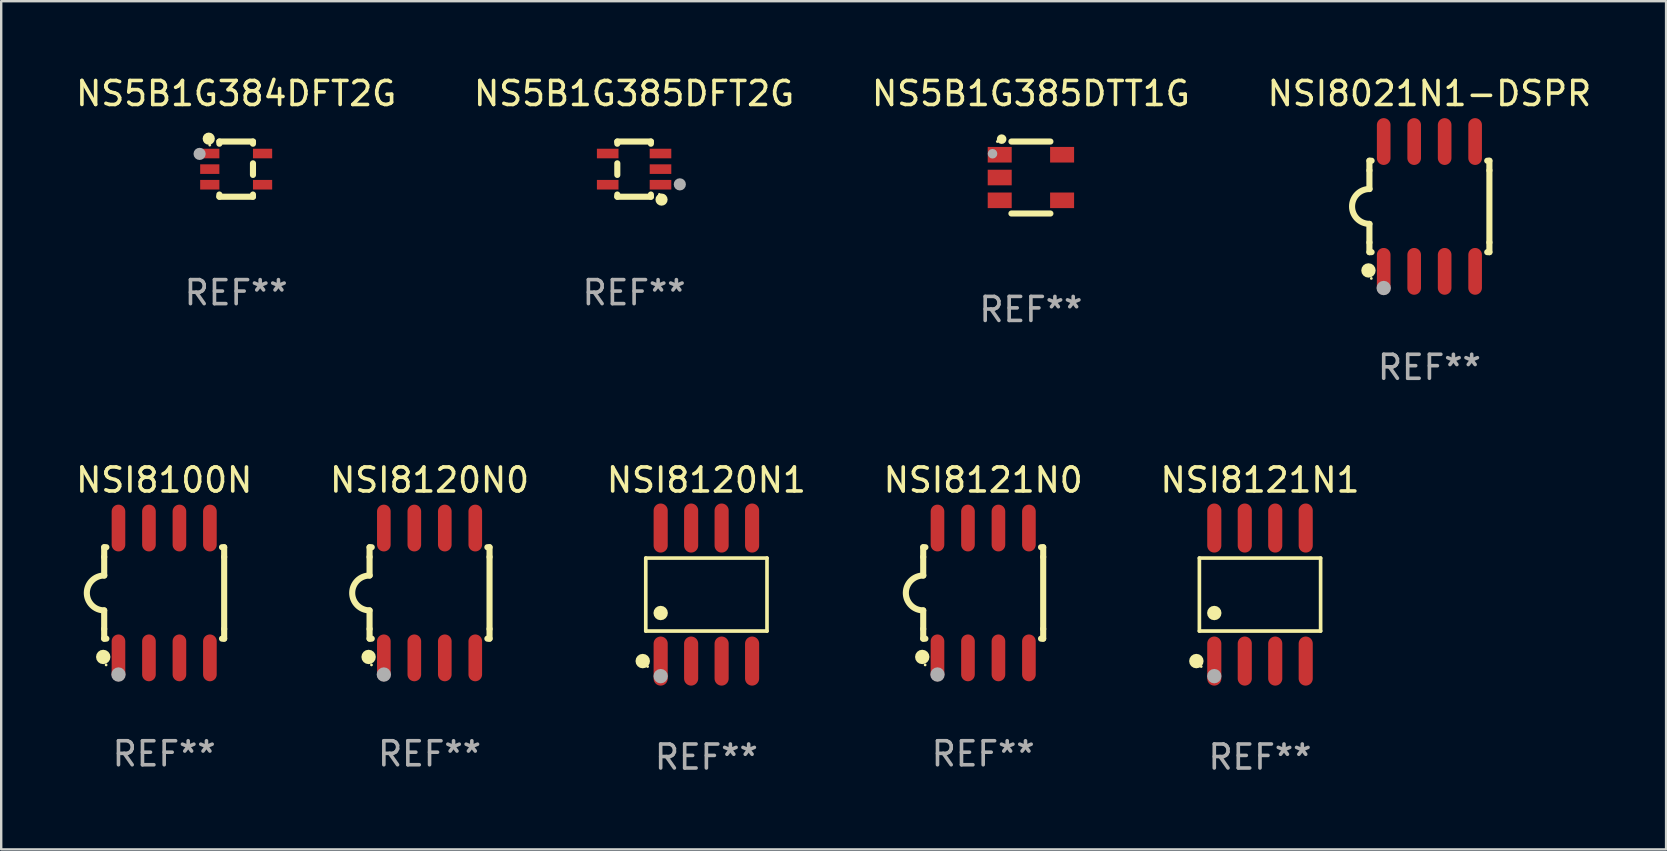
<source format=kicad_pcb>
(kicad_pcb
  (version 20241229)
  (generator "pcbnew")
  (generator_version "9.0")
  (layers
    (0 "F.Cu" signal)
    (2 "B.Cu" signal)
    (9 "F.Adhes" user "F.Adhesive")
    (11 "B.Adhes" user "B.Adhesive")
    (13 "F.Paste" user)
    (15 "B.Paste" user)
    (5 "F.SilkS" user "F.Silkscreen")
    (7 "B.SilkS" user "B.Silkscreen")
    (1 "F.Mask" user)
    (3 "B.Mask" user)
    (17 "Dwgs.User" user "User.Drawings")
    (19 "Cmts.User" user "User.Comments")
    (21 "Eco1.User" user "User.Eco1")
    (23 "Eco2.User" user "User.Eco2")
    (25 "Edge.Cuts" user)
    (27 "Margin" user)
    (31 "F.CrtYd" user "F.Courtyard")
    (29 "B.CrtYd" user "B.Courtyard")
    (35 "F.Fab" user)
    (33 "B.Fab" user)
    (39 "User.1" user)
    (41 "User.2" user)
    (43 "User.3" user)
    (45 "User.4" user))
  (footprint "NS5B1G385DFT2G"
    (layer "F.Cu")
    (at 23.375 3.998)
    (property "Reference" "NS5B1G385DFT2G" (at 0 -3.15 0) (layer "F.SilkS") (effects (font (size 1 1) (thickness 0.15))))
    (attr through_hole)
    (fp_line (start -0.7 -1.15) (end 0.7 -1.15) (stroke (width 0.254) (type solid)) (layer "F.SilkS"))
    (fp_line (start -0.7 -1.058) (end -0.7 -1.15) (stroke (width 0.254) (type solid)) (layer "F.SilkS"))
    (fp_line (start -0.7 0.242) (end -0.7 -0.242) (stroke (width 0.254) (type solid)) (layer "F.SilkS"))
    (fp_line (start -0.7 1.15) (end -0.7 1.058) (stroke (width 0.254) (type solid)) (layer "F.SilkS"))
    (fp_line (start -0.7 1.15) (end 0.7 1.15) (stroke (width 0.254) (type solid)) (layer "F.SilkS"))
    (fp_line (start 0.7 -1.058) (end 0.7 -1.15) (stroke (width 0.254) (type solid)) (layer "F.SilkS"))
    (fp_line (start 0.7 1.15) (end 0.7 1.058) (stroke (width 0.254) (type solid)) (layer "F.SilkS"))
    (fp_circle (center 1.053 1.052) (end 1.083 1.052) (stroke (width 0.06) (type solid)) (fill no) (layer "F.SilkS"))
    (fp_circle (center 1.143 1.27) (end 1.27 1.27) (stroke (width 0.254) (type solid)) (fill no) (layer "F.SilkS"))
    (fp_circle (center 1.905 0.635) (end 2.032 0.635) (stroke (width 0.254) (type solid)) (fill no) (layer "F.Fab"))
    (fp_text user "REF**" (at 0 5.15 0) (layer "F.Fab") (effects (font (size 1 1) (thickness 0.15))))
    (pad "1" smd rect (at 1.1 0.65 90) (size 0.4 0.9) (layers "F.Cu" "F.Mask" "F.Paste"))
    (pad "2" smd rect (at 1.1 0.000025 90) (size 0.4 0.9) (layers "F.Cu" "F.Mask" "F.Paste"))
    (pad "3" smd rect (at 1.1 -0.65 90) (size 0.4 0.9) (layers "F.Cu" "F.Mask" "F.Paste"))
    (pad "4" smd rect (at -1.1 -0.65 90) (size 0.4 0.9) (layers "F.Cu" "F.Mask" "F.Paste"))
    (pad "5" smd rect (at -1.1 0.65 90) (size 0.4 0.9) (layers "F.Cu" "F.Mask" "F.Paste")))
  (footprint "NSI8120N0"
    (layer "F.Cu")
    (at 14.851 21.66)
    (property "Reference" "NSI8120N0" (at 0 -4.705 0) (layer "F.SilkS") (effects (font (size 1 1) (thickness 0.15))))
    (attr through_hole)
    (fp_line (start -2.5 -1.905) (end -2.409 -1.905) (stroke (width 0.254) (type solid)) (layer "F.SilkS"))
    (fp_line (start -2.5 -1.5) (end -2.5 -1.905) (stroke (width 0.254) (type solid)) (layer "F.SilkS"))
    (fp_line (start -2.5 -1.5) (end -2.5 -0.726) (stroke (width 0.254) (type solid)) (layer "F.SilkS"))
    (fp_line (start -2.5 1.5) (end -2.5 0.727) (stroke (width 0.254) (type solid)) (layer "F.SilkS"))
    (fp_line (start -2.5 1.5) (end -2.5 1.905) (stroke (width 0.254) (type solid)) (layer "F.SilkS"))
    (fp_line (start -2.5 1.905) (end -2.409 1.905) (stroke (width 0.254) (type solid)) (layer "F.SilkS"))
    (fp_line (start 2.5 -1.905) (end 2.409 -1.905) (stroke (width 0.254) (type solid)) (layer "F.SilkS"))
    (fp_line (start 2.5 -1.5) (end 2.5 -1.905) (stroke (width 0.254) (type solid)) (layer "F.SilkS"))
    (fp_line (start 2.5 -1.5) (end 2.5 1.5) (stroke (width 0.254) (type solid)) (layer "F.SilkS"))
    (fp_line (start 2.5 1.5) (end 2.5 1.905) (stroke (width 0.254) (type solid)) (layer "F.SilkS"))
    (fp_line (start 2.5 1.905) (end 2.409 1.905) (stroke (width 0.254) (type solid)) (layer "F.SilkS"))
    (fp_arc (start -2.5 0.726568) (mid -3.220316 -0.0023) (end -2.495097 -0.726289) (stroke (width 0.254001) (type solid)) (layer "F.SilkS"))
    (fp_circle (center -2.54 2.667) (end -2.39 2.667) (stroke (width 0.3) (type solid)) (fill no) (layer "F.SilkS"))
    (fp_circle (center -2.42 3) (end -2.39 3) (stroke (width 0.06) (type solid)) (fill no) (layer "F.SilkS"))
    (fp_circle (center -1.905 3.4) (end -1.755 3.4) (stroke (width 0.3) (type solid)) (fill no) (layer "F.Fab"))
    (fp_text user "REF**" (at 0 6.705 0) (layer "F.Fab") (effects (font (size 1 1) (thickness 0.15))))
    (pad "1" smd oval (at -1.905 2.705) (size 0.568 1.95) (layers "F.Cu" "F.Mask" "F.Paste"))
    (pad "2" smd oval (at -0.635 2.705) (size 0.568 1.95) (layers "F.Cu" "F.Mask" "F.Paste"))
    (pad "3" smd oval (at 0.635 2.705) (size 0.568 1.95) (layers "F.Cu" "F.Mask" "F.Paste"))
    (pad "4" smd oval (at 1.905 2.705) (size 0.568 1.95) (layers "F.Cu" "F.Mask" "F.Paste"))
    (pad "5" smd oval (at 1.905 -2.705) (size 0.568 1.95) (layers "F.Cu" "F.Mask" "F.Paste"))
    (pad "6" smd oval (at 0.635 -2.705) (size 0.568 1.95) (layers "F.Cu" "F.Mask" "F.Paste"))
    (pad "7" smd oval (at -0.635 -2.705) (size 0.568 1.95) (layers "F.Cu" "F.Mask" "F.Paste"))
    (pad "8" smd oval (at -1.905 -2.705) (size 0.568 1.95) (layers "F.Cu" "F.Mask" "F.Paste")))
  (footprint "NSI8120N1"
    (layer "F.Cu")
    (at 26.387 21.727)
    (property "Reference" "NSI8120N1" (at 0 -4.772 0) (layer "F.SilkS") (effects (font (size 1 1) (thickness 0.15))))
    (attr through_hole)
    (fp_line (start -2.526 -1.521) (end 2.526 -1.521) (stroke (width 0.152) (type solid)) (layer "F.SilkS"))
    (fp_line (start -2.526 1.521) (end -2.526 -1.521) (stroke (width 0.152) (type solid)) (layer "F.SilkS"))
    (fp_line (start 2.526 -1.521) (end 2.526 1.521) (stroke (width 0.152) (type solid)) (layer "F.SilkS"))
    (fp_line (start 2.526 1.521) (end -2.526 1.521) (stroke (width 0.152) (type solid)) (layer "F.SilkS"))
    (fp_circle (center -2.652 2.772) (end -2.501 2.772) (stroke (width 0.3) (type solid)) (fill no) (layer "F.SilkS"))
    (fp_circle (center -2.45 3) (end -2.42 3) (stroke (width 0.06) (type solid)) (fill no) (layer "F.SilkS"))
    (fp_circle (center -1.905 0.769) (end -1.755 0.769) (stroke (width 0.3) (type solid)) (fill no) (layer "F.SilkS"))
    (fp_circle (center -1.905 3.4) (end -1.755 3.4) (stroke (width 0.3) (type solid)) (fill no) (layer "F.Fab"))
    (fp_text user "REF**" (at 0 6.772 0) (layer "F.Fab") (effects (font (size 1 1) (thickness 0.15))))
    (pad "1" smd oval (at -1.905 2.772) (size 0.588 2.045) (layers "F.Cu" "F.Mask" "F.Paste"))
    (pad "2" smd oval (at -0.635 2.772) (size 0.588 2.045) (layers "F.Cu" "F.Mask" "F.Paste"))
    (pad "3" smd oval (at 0.635 2.772) (size 0.588 2.045) (layers "F.Cu" "F.Mask" "F.Paste"))
    (pad "4" smd oval (at 1.905 2.772) (size 0.588 2.045) (layers "F.Cu" "F.Mask" "F.Paste"))
    (pad "5" smd oval (at 1.905 -2.772) (size 0.588 2.045) (layers "F.Cu" "F.Mask" "F.Paste"))
    (pad "6" smd oval (at 0.635 -2.772) (size 0.588 2.045) (layers "F.Cu" "F.Mask" "F.Paste"))
    (pad "7" smd oval (at -0.635 -2.772) (size 0.588 2.045) (layers "F.Cu" "F.Mask" "F.Paste"))
    (pad "8" smd oval (at -1.905 -2.772) (size 0.588 2.045) (layers "F.Cu" "F.Mask" "F.Paste")))
  (footprint "NSI8100N"
    (layer "F.Cu")
    (at 3.792 21.66)
    (property "Reference" "NSI8100N" (at 0 -4.705 0) (layer "F.SilkS") (effects (font (size 1 1) (thickness 0.15))))
    (attr through_hole)
    (fp_line (start -2.5 -1.905) (end -2.409 -1.905) (stroke (width 0.254) (type solid)) (layer "F.SilkS"))
    (fp_line (start -2.5 -1.5) (end -2.5 -1.905) (stroke (width 0.254) (type solid)) (layer "F.SilkS"))
    (fp_line (start -2.5 -1.5) (end -2.5 -0.726) (stroke (width 0.254) (type solid)) (layer "F.SilkS"))
    (fp_line (start -2.5 1.5) (end -2.5 0.727) (stroke (width 0.254) (type solid)) (layer "F.SilkS"))
    (fp_line (start -2.5 1.5) (end -2.5 1.905) (stroke (width 0.254) (type solid)) (layer "F.SilkS"))
    (fp_line (start -2.5 1.905) (end -2.409 1.905) (stroke (width 0.254) (type solid)) (layer "F.SilkS"))
    (fp_line (start 2.5 -1.905) (end 2.409 -1.905) (stroke (width 0.254) (type solid)) (layer "F.SilkS"))
    (fp_line (start 2.5 -1.5) (end 2.5 -1.905) (stroke (width 0.254) (type solid)) (layer "F.SilkS"))
    (fp_line (start 2.5 -1.5) (end 2.5 1.5) (stroke (width 0.254) (type solid)) (layer "F.SilkS"))
    (fp_line (start 2.5 1.5) (end 2.5 1.905) (stroke (width 0.254) (type solid)) (layer "F.SilkS"))
    (fp_line (start 2.5 1.905) (end 2.409 1.905) (stroke (width 0.254) (type solid)) (layer "F.SilkS"))
    (fp_arc (start -2.5 0.726568) (mid -3.220316 -0.0023) (end -2.495097 -0.726289) (stroke (width 0.254001) (type solid)) (layer "F.SilkS"))
    (fp_circle (center -2.54 2.667) (end -2.39 2.667) (stroke (width 0.3) (type solid)) (fill no) (layer "F.SilkS"))
    (fp_circle (center -2.42 3) (end -2.39 3) (stroke (width 0.06) (type solid)) (fill no) (layer "F.SilkS"))
    (fp_circle (center -1.905 3.4) (end -1.755 3.4) (stroke (width 0.3) (type solid)) (fill no) (layer "F.Fab"))
    (fp_text user "REF**" (at 0 6.705 0) (layer "F.Fab") (effects (font (size 1 1) (thickness 0.15))))
    (pad "1" smd oval (at -1.905 2.705) (size 0.568 1.95) (layers "F.Cu" "F.Mask" "F.Paste"))
    (pad "2" smd oval (at -0.635 2.705) (size 0.568 1.95) (layers "F.Cu" "F.Mask" "F.Paste"))
    (pad "3" smd oval (at 0.635 2.705) (size 0.568 1.95) (layers "F.Cu" "F.Mask" "F.Paste"))
    (pad "4" smd oval (at 1.905 2.705) (size 0.568 1.95) (layers "F.Cu" "F.Mask" "F.Paste"))
    (pad "5" smd oval (at 1.905 -2.705) (size 0.568 1.95) (layers "F.Cu" "F.Mask" "F.Paste"))
    (pad "6" smd oval (at 0.635 -2.705) (size 0.568 1.95) (layers "F.Cu" "F.Mask" "F.Paste"))
    (pad "7" smd oval (at -0.635 -2.705) (size 0.568 1.95) (layers "F.Cu" "F.Mask" "F.Paste"))
    (pad "8" smd oval (at -1.905 -2.705) (size 0.568 1.95) (layers "F.Cu" "F.Mask" "F.Paste")))
  (footprint "NSI8021N1-DSPR"
    (layer "F.Cu")
    (at 56.518 5.553)
    (property "Reference" "NSI8021N1-DSPR" (at 0 -4.705 0) (layer "F.SilkS") (effects (font (size 1 1) (thickness 0.15))))
    (attr through_hole)
    (fp_line (start -2.5 -1.905) (end -2.409 -1.905) (stroke (width 0.254) (type solid)) (layer "F.SilkS"))
    (fp_line (start -2.5 -1.5) (end -2.5 -1.905) (stroke (width 0.254) (type solid)) (layer "F.SilkS"))
    (fp_line (start -2.5 -1.5) (end -2.5 -0.726) (stroke (width 0.254) (type solid)) (layer "F.SilkS"))
    (fp_line (start -2.5 1.5) (end -2.5 0.727) (stroke (width 0.254) (type solid)) (layer "F.SilkS"))
    (fp_line (start -2.5 1.5) (end -2.5 1.905) (stroke (width 0.254) (type solid)) (layer "F.SilkS"))
    (fp_line (start -2.5 1.905) (end -2.409 1.905) (stroke (width 0.254) (type solid)) (layer "F.SilkS"))
    (fp_line (start 2.5 -1.905) (end 2.409 -1.905) (stroke (width 0.254) (type solid)) (layer "F.SilkS"))
    (fp_line (start 2.5 -1.5) (end 2.5 -1.905) (stroke (width 0.254) (type solid)) (layer "F.SilkS"))
    (fp_line (start 2.5 -1.5) (end 2.5 1.5) (stroke (width 0.254) (type solid)) (layer "F.SilkS"))
    (fp_line (start 2.5 1.5) (end 2.5 1.905) (stroke (width 0.254) (type solid)) (layer "F.SilkS"))
    (fp_line (start 2.5 1.905) (end 2.409 1.905) (stroke (width 0.254) (type solid)) (layer "F.SilkS"))
    (fp_arc (start -2.5 0.726568) (mid -3.220316 -0.0023) (end -2.495097 -0.726289) (stroke (width 0.254001) (type solid)) (layer "F.SilkS"))
    (fp_circle (center -2.54 2.667) (end -2.39 2.667) (stroke (width 0.3) (type solid)) (fill no) (layer "F.SilkS"))
    (fp_circle (center -2.42 3) (end -2.39 3) (stroke (width 0.06) (type solid)) (fill no) (layer "F.SilkS"))
    (fp_circle (center -1.905 3.4) (end -1.755 3.4) (stroke (width 0.3) (type solid)) (fill no) (layer "F.Fab"))
    (fp_text user "REF**" (at 0 6.705 0) (layer "F.Fab") (effects (font (size 1 1) (thickness 0.15))))
    (pad "1" smd oval (at -1.905 2.705) (size 0.568 1.95) (layers "F.Cu" "F.Mask" "F.Paste"))
    (pad "2" smd oval (at -0.635 2.705) (size 0.568 1.95) (layers "F.Cu" "F.Mask" "F.Paste"))
    (pad "3" smd oval (at 0.635 2.705) (size 0.568 1.95) (layers "F.Cu" "F.Mask" "F.Paste"))
    (pad "4" smd oval (at 1.905 2.705) (size 0.568 1.95) (layers "F.Cu" "F.Mask" "F.Paste"))
    (pad "5" smd oval (at 1.905 -2.705) (size 0.568 1.95) (layers "F.Cu" "F.Mask" "F.Paste"))
    (pad "6" smd oval (at 0.635 -2.705) (size 0.568 1.95) (layers "F.Cu" "F.Mask" "F.Paste"))
    (pad "7" smd oval (at -0.635 -2.705) (size 0.568 1.95) (layers "F.Cu" "F.Mask" "F.Paste"))
    (pad "8" smd oval (at -1.905 -2.705) (size 0.568 1.95) (layers "F.Cu" "F.Mask" "F.Paste")))
  (footprint "NSI8121N0"
    (layer "F.Cu")
    (at 37.923 21.66)
    (property "Reference" "NSI8121N0" (at 0 -4.705 0) (layer "F.SilkS") (effects (font (size 1 1) (thickness 0.15))))
    (attr through_hole)
    (fp_line (start -2.5 -1.905) (end -2.409 -1.905) (stroke (width 0.254) (type solid)) (layer "F.SilkS"))
    (fp_line (start -2.5 -1.5) (end -2.5 -1.905) (stroke (width 0.254) (type solid)) (layer "F.SilkS"))
    (fp_line (start -2.5 -1.5) (end -2.5 -0.726) (stroke (width 0.254) (type solid)) (layer "F.SilkS"))
    (fp_line (start -2.5 1.5) (end -2.5 0.727) (stroke (width 0.254) (type solid)) (layer "F.SilkS"))
    (fp_line (start -2.5 1.5) (end -2.5 1.905) (stroke (width 0.254) (type solid)) (layer "F.SilkS"))
    (fp_line (start -2.5 1.905) (end -2.409 1.905) (stroke (width 0.254) (type solid)) (layer "F.SilkS"))
    (fp_line (start 2.5 -1.905) (end 2.409 -1.905) (stroke (width 0.254) (type solid)) (layer "F.SilkS"))
    (fp_line (start 2.5 -1.5) (end 2.5 -1.905) (stroke (width 0.254) (type solid)) (layer "F.SilkS"))
    (fp_line (start 2.5 -1.5) (end 2.5 1.5) (stroke (width 0.254) (type solid)) (layer "F.SilkS"))
    (fp_line (start 2.5 1.5) (end 2.5 1.905) (stroke (width 0.254) (type solid)) (layer "F.SilkS"))
    (fp_line (start 2.5 1.905) (end 2.409 1.905) (stroke (width 0.254) (type solid)) (layer "F.SilkS"))
    (fp_arc (start -2.5 0.726568) (mid -3.220316 -0.0023) (end -2.495097 -0.726289) (stroke (width 0.254001) (type solid)) (layer "F.SilkS"))
    (fp_circle (center -2.54 2.667) (end -2.39 2.667) (stroke (width 0.3) (type solid)) (fill no) (layer "F.SilkS"))
    (fp_circle (center -2.42 3) (end -2.39 3) (stroke (width 0.06) (type solid)) (fill no) (layer "F.SilkS"))
    (fp_circle (center -1.905 3.4) (end -1.755 3.4) (stroke (width 0.3) (type solid)) (fill no) (layer "F.Fab"))
    (fp_text user "REF**" (at 0 6.705 0) (layer "F.Fab") (effects (font (size 1 1) (thickness 0.15))))
    (pad "1" smd oval (at -1.905 2.705) (size 0.568 1.95) (layers "F.Cu" "F.Mask" "F.Paste"))
    (pad "2" smd oval (at -0.635 2.705) (size 0.568 1.95) (layers "F.Cu" "F.Mask" "F.Paste"))
    (pad "3" smd oval (at 0.635 2.705) (size 0.568 1.95) (layers "F.Cu" "F.Mask" "F.Paste"))
    (pad "4" smd oval (at 1.905 2.705) (size 0.568 1.95) (layers "F.Cu" "F.Mask" "F.Paste"))
    (pad "5" smd oval (at 1.905 -2.705) (size 0.568 1.95) (layers "F.Cu" "F.Mask" "F.Paste"))
    (pad "6" smd oval (at 0.635 -2.705) (size 0.568 1.95) (layers "F.Cu" "F.Mask" "F.Paste"))
    (pad "7" smd oval (at -0.635 -2.705) (size 0.568 1.95) (layers "F.Cu" "F.Mask" "F.Paste"))
    (pad "8" smd oval (at -1.905 -2.705) (size 0.568 1.95) (layers "F.Cu" "F.Mask" "F.Paste")))
  (footprint "NS5B1G385DTT1G"
    (layer "F.Cu")
    (at 39.911 4.348)
    (property "Reference" "NS5B1G385DTT1G" (at 0 -3.5 0) (layer "F.SilkS") (effects (font (size 1 1) (thickness 0.15))))
    (attr through_hole)
    (fp_line (start -0.813 -1.5) (end 0.813 -1.5) (stroke (width 0.254) (type solid)) (layer "F.SilkS"))
    (fp_line (start 0.813 1.5) (end -0.812 1.5) (stroke (width 0.254) (type solid)) (layer "F.SilkS"))
    (fp_circle (center -1.4 -1.5) (end -1.37 -1.5) (stroke (width 0.06) (type solid)) (fill no) (layer "F.SilkS"))
    (fp_circle (center -1.219 -1.6) (end -1.119 -1.6) (stroke (width 0.2) (type solid)) (fill no) (layer "F.SilkS"))
    (fp_circle (center -1.6 -0.991) (end -1.5 -0.991) (stroke (width 0.2) (type solid)) (fill no) (layer "F.Fab"))
    (fp_text user "REF**" (at 0 5.5 0) (layer "F.Fab") (effects (font (size 1 1) (thickness 0.15))))
    (pad "1" smd rect (at -1.3 -0.95 270) (size 0.65 1) (layers "F.Cu" "F.Mask" "F.Paste"))
    (pad "2" smd rect (at -1.3 0 270) (size 0.65 1) (layers "F.Cu" "F.Mask" "F.Paste"))
    (pad "3" smd rect (at -1.3 0.95 270) (size 0.65 1) (layers "F.Cu" "F.Mask" "F.Paste"))
    (pad "4" smd rect (at 1.3 0.95 270) (size 0.65 1) (layers "F.Cu" "F.Mask" "F.Paste"))
    (pad "5" smd rect (at 1.3 -0.95 270) (size 0.65 1) (layers "F.Cu" "F.Mask" "F.Paste")))
  (footprint "NS5B1G384DFT2G"
    (layer "F.Cu")
    (at 6.792 3.998)
    (property "Reference" "NS5B1G384DFT2G" (at 0 -3.15 0) (layer "F.SilkS") (effects (font (size 1 1) (thickness 0.15))))
    (attr through_hole)
    (fp_line (start -0.7 -1.15) (end -0.7 -1.058) (stroke (width 0.254) (type solid)) (layer "F.SilkS"))
    (fp_line (start -0.7 1.058) (end -0.7 1.15) (stroke (width 0.254) (type solid)) (layer "F.SilkS"))
    (fp_line (start 0.7 -1.15) (end -0.7 -1.15) (stroke (width 0.254) (type solid)) (layer "F.SilkS"))
    (fp_line (start 0.7 -1.15) (end 0.7 -1.058) (stroke (width 0.254) (type solid)) (layer "F.SilkS"))
    (fp_line (start 0.7 -0.242) (end 0.7 0.242) (stroke (width 0.254) (type solid)) (layer "F.SilkS"))
    (fp_line (start 0.7 1.058) (end 0.7 1.15) (stroke (width 0.254) (type solid)) (layer "F.SilkS"))
    (fp_line (start 0.7 1.15) (end -0.7 1.15) (stroke (width 0.254) (type solid)) (layer "F.SilkS"))
    (fp_circle (center -1.143 -1.27) (end -1.016 -1.27) (stroke (width 0.254) (type solid)) (fill no) (layer "F.SilkS"))
    (fp_circle (center -1.1 -1) (end -1.07 -1) (stroke (width 0.06) (type solid)) (fill no) (layer "F.SilkS"))
    (fp_circle (center -1.524 -0.635) (end -1.397 -0.635) (stroke (width 0.254) (type solid)) (fill no) (layer "F.Fab"))
    (fp_text user "REF**" (at 0 5.15 0) (layer "F.Fab") (effects (font (size 1 1) (thickness 0.15))))
    (pad "1" smd rect (at -1.1 -0.65 270) (size 0.4 0.8) (layers "F.Cu" "F.Mask" "F.Paste"))
    (pad "2" smd rect (at -1.1 -0.000051 270) (size 0.4 0.8) (layers "F.Cu" "F.Mask" "F.Paste"))
    (pad "3" smd rect (at -1.1 0.65 270) (size 0.4 0.8) (layers "F.Cu" "F.Mask" "F.Paste"))
    (pad "4" smd rect (at 1.1 0.65 270) (size 0.4 0.8) (layers "F.Cu" "F.Mask" "F.Paste"))
    (pad "5" smd rect (at 1.1 -0.65 270) (size 0.4 0.8) (layers "F.Cu" "F.Mask" "F.Paste")))
  (footprint "NSI8121N1"
    (layer "F.Cu")
    (at 49.458 21.727)
    (property "Reference" "NSI8121N1" (at 0 -4.772 0) (layer "F.SilkS") (effects (font (size 1 1) (thickness 0.15))))
    (attr through_hole)
    (fp_line (start -2.526 -1.521) (end 2.526 -1.521) (stroke (width 0.152) (type solid)) (layer "F.SilkS"))
    (fp_line (start -2.526 1.521) (end -2.526 -1.521) (stroke (width 0.152) (type solid)) (layer "F.SilkS"))
    (fp_line (start 2.526 -1.521) (end 2.526 1.521) (stroke (width 0.152) (type solid)) (layer "F.SilkS"))
    (fp_line (start 2.526 1.521) (end -2.526 1.521) (stroke (width 0.152) (type solid)) (layer "F.SilkS"))
    (fp_circle (center -2.652 2.772) (end -2.501 2.772) (stroke (width 0.3) (type solid)) (fill no) (layer "F.SilkS"))
    (fp_circle (center -2.45 3) (end -2.42 3) (stroke (width 0.06) (type solid)) (fill no) (layer "F.SilkS"))
    (fp_circle (center -1.905 0.769) (end -1.755 0.769) (stroke (width 0.3) (type solid)) (fill no) (layer "F.SilkS"))
    (fp_circle (center -1.905 3.4) (end -1.755 3.4) (stroke (width 0.3) (type solid)) (fill no) (layer "F.Fab"))
    (fp_text user "REF**" (at 0 6.772 0) (layer "F.Fab") (effects (font (size 1 1) (thickness 0.15))))
    (pad "1" smd oval (at -1.905 2.772) (size 0.588 2.045) (layers "F.Cu" "F.Mask" "F.Paste"))
    (pad "2" smd oval (at -0.635 2.772) (size 0.588 2.045) (layers "F.Cu" "F.Mask" "F.Paste"))
    (pad "3" smd oval (at 0.635 2.772) (size 0.588 2.045) (layers "F.Cu" "F.Mask" "F.Paste"))
    (pad "4" smd oval (at 1.905 2.772) (size 0.588 2.045) (layers "F.Cu" "F.Mask" "F.Paste"))
    (pad "5" smd oval (at 1.905 -2.772) (size 0.588 2.045) (layers "F.Cu" "F.Mask" "F.Paste"))
    (pad "6" smd oval (at 0.635 -2.772) (size 0.588 2.045) (layers "F.Cu" "F.Mask" "F.Paste"))
    (pad "7" smd oval (at -0.635 -2.772) (size 0.588 2.045) (layers "F.Cu" "F.Mask" "F.Paste"))
    (pad "8" smd oval (at -1.905 -2.772) (size 0.588 2.045) (layers "F.Cu" "F.Mask" "F.Paste")))
  (gr_rect
    (start -3 -3)
    (end 66.381 32.348)
    (stroke (width 0.1) (type default))
    (fill no)
    (layer "Edge.Cuts")))
</source>
